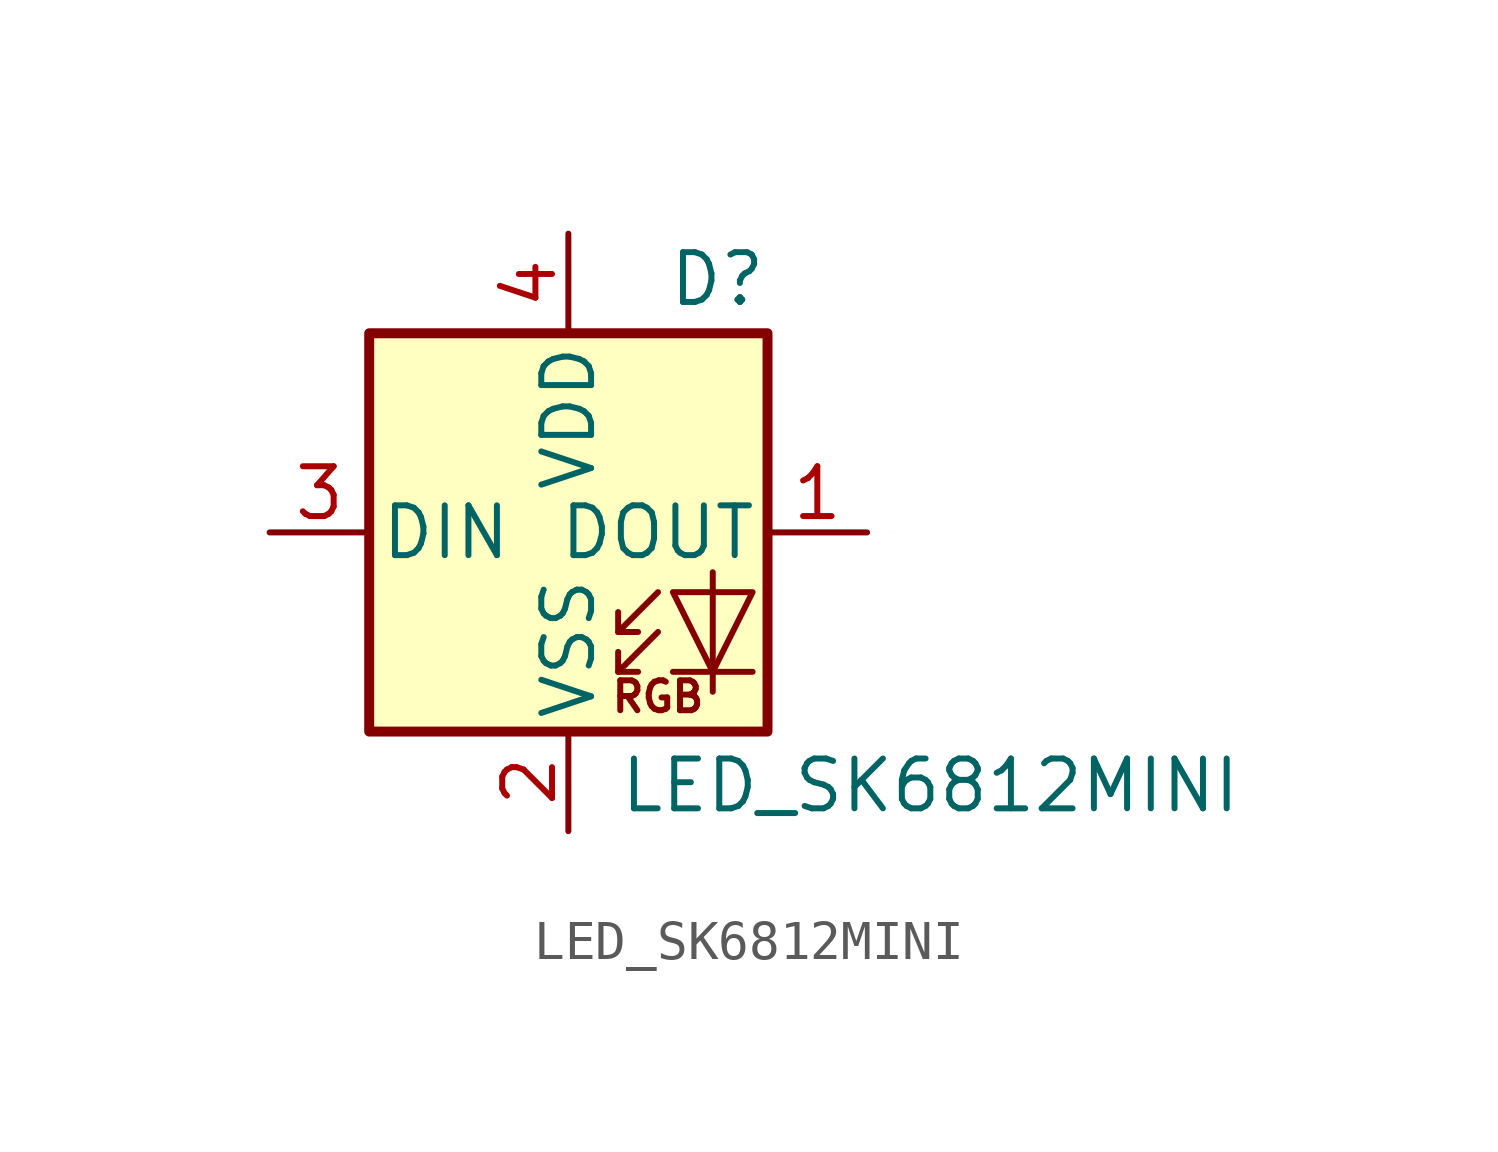
<source format=kicad_sym>
(kicad_symbol_lib
  (version 20231120)
  (generator "kicad_symbol_editor")
  (generator_version "8.0")
  (symbol "LED_SK6812MINI"
    (pin_names
      (offset 0.254))
    (property "Reference" "D"
      (at 5.08 5.715 0)
      (effects (font (size 1.27 1.27)) (justify right bottom)))
    (property "Value" "LED_SK6812MINI"
      (at 1.27 -5.715 0)
      (effects (font (size 1.27 1.27)) (justify left top)))
    (symbol "LED_SK6812MINI_0_0"
      (text "RGB" (at 2.286 -4.191 0) (effects (font (size 0.762 0.762)))))
    (symbol "LED_SK6812MINI_0_1"
      (polyline (pts (xy 1.27 -3.556) (xy 1.778 -3.556)) (stroke (width 0) (type default)) (fill (type none)))
      (polyline (pts (xy 1.27 -2.54) (xy 1.778 -2.54)) (stroke (width 0) (type default)) (fill (type none)))
      (polyline (pts (xy 4.699 -3.556) (xy 2.667 -3.556)) (stroke (width 0) (type default)) (fill (type none)))
      (polyline (pts (xy 2.286 -2.54) (xy 1.27 -3.556) (xy 1.27 -3.048)) (stroke (width 0) (type default)) (fill (type none)))
      (polyline (pts (xy 2.286 -1.524) (xy 1.27 -2.54) (xy 1.27 -2.032)) (stroke (width 0) (type default)) (fill (type none)))
      (polyline (pts (xy 3.683 -1.016) (xy 3.683 -3.556) (xy 3.683 -4.064)) (stroke (width 0) (type default)) (fill (type none)))
      (polyline (pts (xy 4.699 -1.524) (xy 2.667 -1.524) (xy 3.683 -3.556) (xy 4.699 -1.524)) (stroke (width 0) (type default)) (fill (type none)))
      (rectangle (start 5.08 5.08) (end -5.08 -5.08) (stroke (width 0.254) (type default)) (fill (type background))))
    (symbol "LED_SK6812MINI_1_1"
      (pin output line (at 7.62 0 180) (length 2.54) (name "DOUT" (effects (font (size 1.27 1.27)))) (number "1" (effects (font (size 1.27 1.27)))))
      (pin power_in line (at 0 -7.62 90) (length 2.54) (name "VSS" (effects (font (size 1.27 1.27)))) (number "2" (effects (font (size 1.27 1.27)))))
      (pin input line (at -7.62 0 0) (length 2.54) (name "DIN" (effects (font (size 1.27 1.27)))) (number "3" (effects (font (size 1.27 1.27)))))
      (pin power_in line (at 0 7.62 270) (length 2.54) (name "VDD" (effects (font (size 1.27 1.27)))) (number "4" (effects (font (size 1.27 1.27))))))))
</source>
